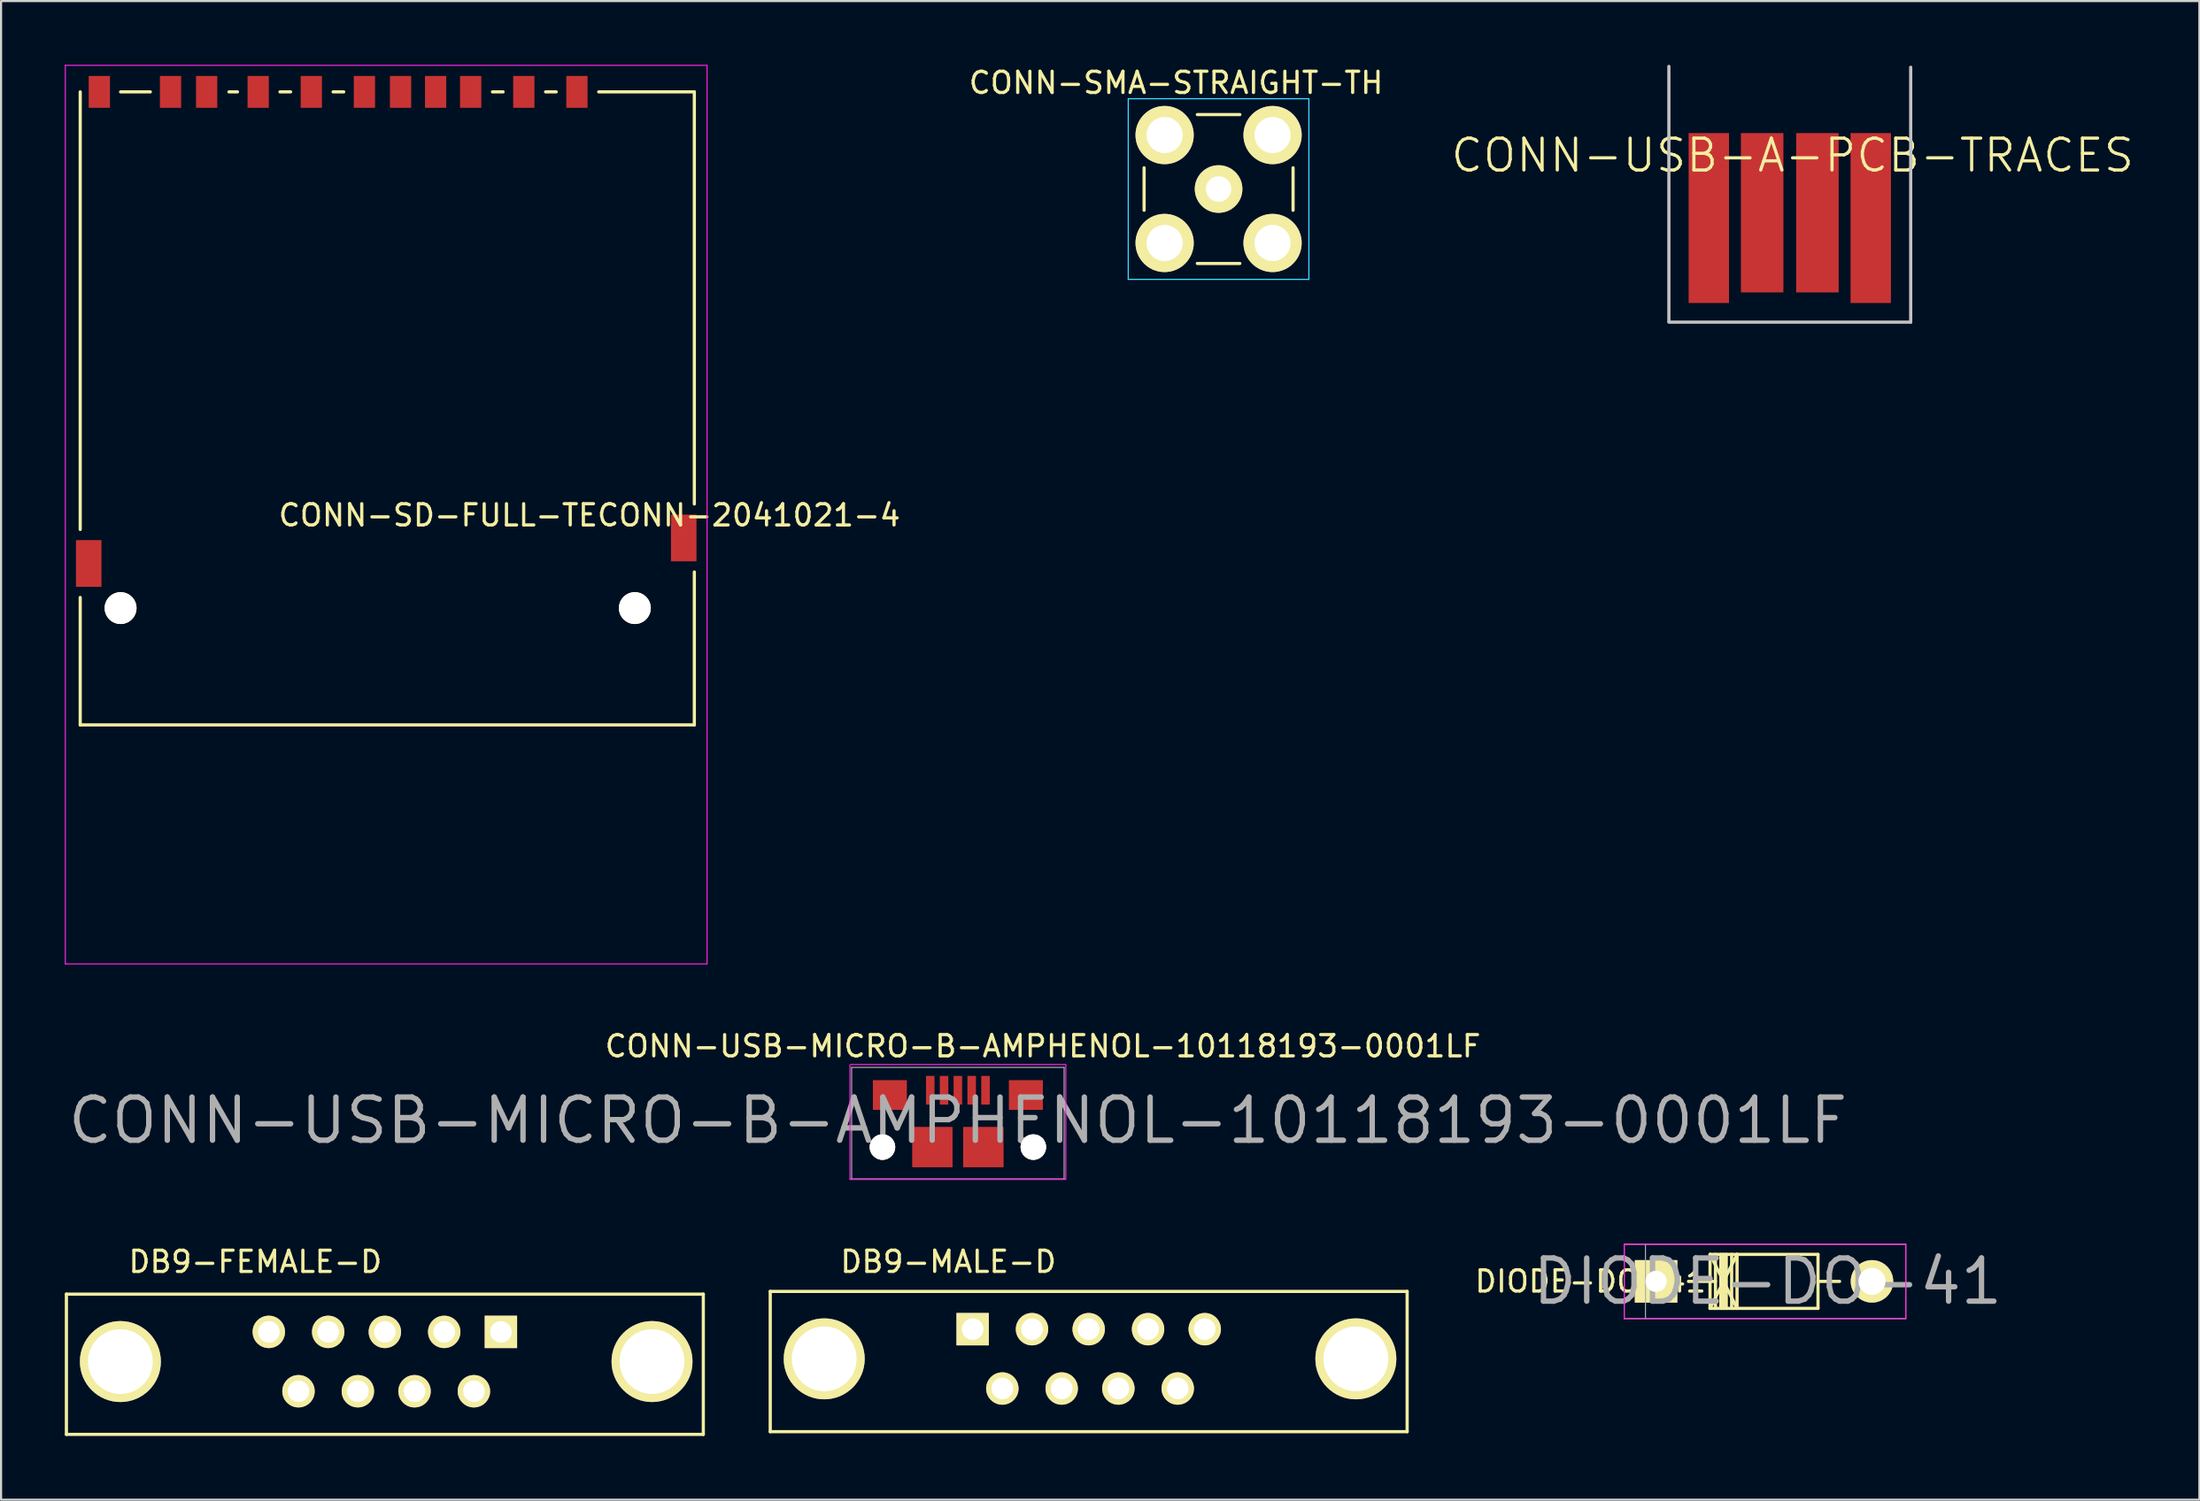
<source format=kicad_pcb>
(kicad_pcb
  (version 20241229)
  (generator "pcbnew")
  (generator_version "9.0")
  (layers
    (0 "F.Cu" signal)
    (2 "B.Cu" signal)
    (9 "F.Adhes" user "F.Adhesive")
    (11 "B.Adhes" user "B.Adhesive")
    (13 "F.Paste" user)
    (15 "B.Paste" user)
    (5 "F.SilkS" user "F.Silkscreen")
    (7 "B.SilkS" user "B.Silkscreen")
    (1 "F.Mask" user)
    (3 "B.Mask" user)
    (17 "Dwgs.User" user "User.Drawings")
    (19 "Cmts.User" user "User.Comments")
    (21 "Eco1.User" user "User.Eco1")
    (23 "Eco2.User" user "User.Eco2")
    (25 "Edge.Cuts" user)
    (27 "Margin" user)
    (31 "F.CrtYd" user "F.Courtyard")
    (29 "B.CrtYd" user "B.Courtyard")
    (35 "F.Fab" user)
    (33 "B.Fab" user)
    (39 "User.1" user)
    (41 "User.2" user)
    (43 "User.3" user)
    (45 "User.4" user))
  (footprint "DB9-MALE-D"
    (layer "F.Cu")
    (at 48.183 60.917)
    (property "Reference" "DB9-MALE-D" (at -6.604 -4.572 0) (layer "F.SilkS") (effects (font (size 1 1) (thickness 0.15))))
    (attr through_hole)
    (fp_line (start -14.986 -3.175) (end -14.986 3.429) (stroke (width 0.15) (type solid)) (layer "F.SilkS"))
    (fp_line (start -14.986 3.429) (end 14.986 3.429) (stroke (width 0.15) (type solid)) (layer "F.SilkS"))
    (fp_line (start 14.986 -3.175) (end -14.986 -3.175) (stroke (width 0.15) (type solid)) (layer "F.SilkS"))
    (fp_line (start 14.986 3.429) (end 14.986 -3.175) (stroke (width 0.15) (type solid)) (layer "F.SilkS"))
    (pad "0" thru_hole circle (at -12.446 0) (size 3.81 3.81) (drill 3.048) (layers "*.Cu" "*.Mask" "F.SilkS"))
    (pad "0" thru_hole circle (at 12.573 0) (size 3.81 3.81) (drill 3.048) (layers "*.Cu" "*.Mask" "F.SilkS"))
    (pad "1" thru_hole rect (at -5.461 -1.397) (size 1.524 1.524) (drill 1.016) (layers "*.Cu" "*.Mask" "F.SilkS"))
    (pad "2" thru_hole circle (at -2.667 -1.397) (size 1.524 1.524) (drill 1.016) (layers "*.Cu" "*.Mask" "F.SilkS"))
    (pad "3" thru_hole circle (at 0 -1.397) (size 1.524 1.524) (drill 1.016) (layers "*.Cu" "*.Mask" "F.SilkS"))
    (pad "4" thru_hole circle (at 2.794 -1.397) (size 1.524 1.524) (drill 1.016) (layers "*.Cu" "*.Mask" "F.SilkS"))
    (pad "5" thru_hole circle (at 5.461 -1.397) (size 1.524 1.524) (drill 1.016) (layers "*.Cu" "*.Mask" "F.SilkS"))
    (pad "6" thru_hole circle (at -4.064 1.397) (size 1.524 1.524) (drill 1.016) (layers "*.Cu" "*.Mask" "F.SilkS"))
    (pad "7" thru_hole circle (at -1.27 1.397) (size 1.524 1.524) (drill 1.016) (layers "*.Cu" "*.Mask" "F.SilkS"))
    (pad "8" thru_hole circle (at 1.397 1.397) (size 1.524 1.524) (drill 1.016) (layers "*.Cu" "*.Mask" "F.SilkS"))
    (pad "9" thru_hole circle (at 4.191 1.397) (size 1.524 1.524) (drill 1.016) (layers "*.Cu" "*.Mask" "F.SilkS")))
  (footprint "CONN-SMA-STRAIGHT-TH"
    (layer "F.Cu")
    (at 54.296 5.848)
    (property "Reference" "CONN-SMA-STRAIGHT-TH" (at -2 -5 0) (layer "F.SilkS") (effects (font (size 1 1) (thickness 0.15))))
    (attr through_hole)
    (fp_line (start -3.505 1) (end -3.505 -1) (stroke (width 0.15) (type solid)) (layer "F.SilkS"))
    (fp_line (start -1 -3.505) (end 1 -3.505) (stroke (width 0.15) (type solid)) (layer "F.SilkS"))
    (fp_line (start 1 3.505) (end -1 3.505) (stroke (width 0.15) (type solid)) (layer "F.SilkS"))
    (fp_line (start 3.505 -1) (end 3.505 1) (stroke (width 0.15) (type solid)) (layer "F.SilkS"))
    (fp_line (start -4.25 -4.25) (end 4.25 -4.25) (stroke (width 0.05) (type solid)) (layer "B.CrtYd"))
    (fp_line (start -4.25 4.25) (end -4.25 -4.25) (stroke (width 0.05) (type solid)) (layer "B.CrtYd"))
    (fp_line (start 4.25 -4.25) (end 4.25 4.25) (stroke (width 0.05) (type solid)) (layer "B.CrtYd"))
    (fp_line (start 4.25 4.25) (end -4.25 4.25) (stroke (width 0.05) (type solid)) (layer "B.CrtYd"))
    (fp_line (start -4.25 -4.25) (end 4.25 -4.25) (stroke (width 0.05) (type solid)) (layer "F.CrtYd"))
    (fp_line (start -4.25 4.25) (end -4.25 -4.25) (stroke (width 0.05) (type solid)) (layer "F.CrtYd"))
    (fp_line (start 4.25 -4.25) (end 4.25 4.25) (stroke (width 0.05) (type solid)) (layer "F.CrtYd"))
    (fp_line (start 4.25 4.25) (end -4.25 4.25) (stroke (width 0.05) (type solid)) (layer "F.CrtYd"))
    (pad "1" thru_hole circle (at 0 0) (size 2.24 2.24) (drill 1.2) (layers "*.Cu" "*.Mask" "F.SilkS"))
    (pad "2" thru_hole circle (at -2.54 -2.54) (size 2.74 2.74) (drill 1.7) (layers "*.Cu" "*.Mask" "F.SilkS"))
    (pad "2" thru_hole circle (at -2.54 2.54) (size 2.74 2.74) (drill 1.7) (layers "*.Cu" "*.Mask" "F.SilkS"))
    (pad "2" thru_hole circle (at 2.54 -2.54) (size 2.74 2.74) (drill 1.7) (layers "*.Cu" "*.Mask" "F.SilkS"))
    (pad "2" thru_hole circle (at 2.54 2.54) (size 2.74 2.74) (drill 1.7) (layers "*.Cu" "*.Mask" "F.SilkS")))
  (footprint "DIODE-DO-41"
    (layer "F.Cu")
    (at 74.884 57.273)
    (property "Reference" "DIODE-DO-41" (at 5.25 0 0) (layer "F.Fab") (effects (font (size 2.032 2.032) (thickness 0.254))))
    (attr through_hole)
    (fp_line (start 2.54 -1.273) (end 3.81 1.267) (stroke (width 0.15) (type solid)) (layer "F.SilkS"))
    (fp_line (start 2.54 -1.273) (end 7.62 -1.273) (stroke (width 0.15) (type solid)) (layer "F.SilkS"))
    (fp_line (start 2.54 1.267) (end 2.54 -1.273) (stroke (width 0.15) (type solid)) (layer "F.SilkS"))
    (fp_line (start 2.794 -1.273) (end 2.794 1.267) (stroke (width 0.15) (type solid)) (layer "F.SilkS"))
    (fp_line (start 2.794 -0.003) (end 1.524 -0.003) (stroke (width 0.15) (type solid)) (layer "F.SilkS"))
    (fp_line (start 3.048 -1.273) (end 3.048 1.267) (stroke (width 0.15) (type solid)) (layer "F.SilkS"))
    (fp_line (start 3.175 -1.273) (end 3.175 1.267) (stroke (width 0.15) (type solid)) (layer "F.SilkS"))
    (fp_line (start 3.302 -1.273) (end 3.302 1.267) (stroke (width 0.15) (type solid)) (layer "F.SilkS"))
    (fp_line (start 3.556 -1.273) (end 3.556 1.267) (stroke (width 0.15) (type solid)) (layer "F.SilkS"))
    (fp_line (start 3.81 -1.273) (end 2.54 1.267) (stroke (width 0.15) (type solid)) (layer "F.SilkS"))
    (fp_line (start 3.81 -1.273) (end 3.81 1.267) (stroke (width 0.15) (type solid)) (layer "F.SilkS"))
    (fp_line (start 7.62 -1.273) (end 7.62 1.267) (stroke (width 0.15) (type solid)) (layer "F.SilkS"))
    (fp_line (start 7.62 -0.003) (end 8.636 -0.003) (stroke (width 0.15) (type solid)) (layer "F.SilkS"))
    (fp_line (start 7.62 1.267) (end 2.54 1.267) (stroke (width 0.15) (type solid)) (layer "F.SilkS"))
    (fp_line (start -1.5 -1.75) (end 11.5 -1.75) (stroke (width 0.051) (type solid)) (layer "F.CrtYd"))
    (fp_line (start -1.5 1.75) (end -1.5 -1.75) (stroke (width 0.051) (type solid)) (layer "F.CrtYd"))
    (fp_line (start 11.5 -1.75) (end 11.75 -1.75) (stroke (width 0.051) (type solid)) (layer "F.CrtYd"))
    (fp_line (start 11.75 -1.75) (end 11.75 1.75) (stroke (width 0.051) (type solid)) (layer "F.CrtYd"))
    (fp_line (start 11.75 1.75) (end -1.5 1.75) (stroke (width 0.051) (type solid)) (layer "F.CrtYd"))
    (fp_line (start -1.5 -1.75) (end -1.5 -1.5) (stroke (width 0.051) (type solid)) (layer "F.Fab"))
    (fp_line (start -1.5 -1.5) (end -1.5 1.75) (stroke (width 0.051) (type solid)) (layer "F.Fab"))
    (fp_line (start -1.5 1.75) (end 11.5 1.75) (stroke (width 0.051) (type solid)) (layer "F.Fab"))
    (fp_line (start -0.5 -1.75) (end -0.5 1.75) (stroke (width 0.051) (type solid)) (layer "F.Fab"))
    (fp_line (start 11.5 1.75) (end 11.75 1.75) (stroke (width 0.051) (type solid)) (layer "F.Fab"))
    (fp_line (start 11.75 -1.75) (end -1.5 -1.75) (stroke (width 0.051) (type solid)) (layer "F.Fab"))
    (fp_line (start 11.75 1.75) (end 11.75 -1.75) (stroke (width 0.051) (type solid)) (layer "F.Fab"))
    (fp_text user "${REFERENCE}" (at -3.086 -0.003 0) (layer "F.SilkS") (effects (font (size 1 1) (thickness 0.15))))
    (pad "1" thru_hole rect (at 0 -0.003 180) (size 1.999 1.999) (drill 1.001) (layers "*.Cu" "*.Mask" "F.SilkS"))
    (pad "2" thru_hole circle (at 10.16 -0.003 180) (size 1.999 1.999) (drill 1.27) (layers "*.Cu" "*.Mask" "F.SilkS")))
  (footprint "DB9-FEMALE-D"
    (layer "F.Cu")
    (at 15.061 61.172)
    (property "Reference" "DB9-FEMALE-D" (at -6.096 -4.826 180) (layer "F.SilkS") (effects (font (size 1 1) (thickness 0.15))))
    (attr through_hole)
    (fp_line (start -14.986 -3.302) (end -14.986 3.302) (stroke (width 0.15) (type solid)) (layer "F.SilkS"))
    (fp_line (start -14.986 3.302) (end 14.986 3.302) (stroke (width 0.15) (type solid)) (layer "F.SilkS"))
    (fp_line (start 14.986 -3.302) (end -14.986 -3.302) (stroke (width 0.15) (type solid)) (layer "F.SilkS"))
    (fp_line (start 14.986 3.302) (end 14.986 -3.302) (stroke (width 0.15) (type solid)) (layer "F.SilkS"))
    (pad "0" thru_hole circle (at -12.446 -0.127) (size 3.81 3.81) (drill 3.048) (layers "*.Cu" "*.Mask" "F.SilkS"))
    (pad "0" thru_hole circle (at 12.573 -0.127) (size 3.81 3.81) (drill 3.048) (layers "*.Cu" "*.Mask" "F.SilkS"))
    (pad "1" thru_hole rect (at 5.461 -1.524) (size 1.524 1.524) (drill 1.016) (layers "*.Cu" "*.Mask" "F.SilkS"))
    (pad "2" thru_hole circle (at 2.794 -1.524) (size 1.524 1.524) (drill 1.016) (layers "*.Cu" "*.Mask" "F.SilkS"))
    (pad "3" thru_hole circle (at 0 -1.524) (size 1.524 1.524) (drill 1.016) (layers "*.Cu" "*.Mask" "F.SilkS"))
    (pad "4" thru_hole circle (at -2.667 -1.524) (size 1.524 1.524) (drill 1.016) (layers "*.Cu" "*.Mask" "F.SilkS"))
    (pad "5" thru_hole circle (at -5.461 -1.524) (size 1.524 1.524) (drill 1.016) (layers "*.Cu" "*.Mask" "F.SilkS"))
    (pad "6" thru_hole circle (at 4.191 1.27) (size 1.524 1.524) (drill 1.016) (layers "*.Cu" "*.Mask" "F.SilkS"))
    (pad "7" thru_hole circle (at 1.397 1.27) (size 1.524 1.524) (drill 1.016) (layers "*.Cu" "*.Mask" "F.SilkS"))
    (pad "8" thru_hole circle (at -1.27 1.27) (size 1.524 1.524) (drill 1.016) (layers "*.Cu" "*.Mask" "F.SilkS"))
    (pad "9" thru_hole circle (at -4.064 1.27) (size 1.524 1.524) (drill 1.016) (layers "*.Cu" "*.Mask" "F.SilkS")))
  (footprint "CONN-USB-A-PCB-TRACES"
    (layer "F.Cu")
    (at 81.176 12.115)
    (property "Reference" "CONN-USB-A-PCB-TRACES" (at 0.13 -7.85 0) (layer "F.SilkS") (effects (font (size 1.5 1.5) (thickness 0.15))))
    (attr exclude_from_pos_files exclude_from_bom)
    (fp_line (start -5.69 -0.04) (end -5.69 -12.04) (stroke (width 0.15) (type solid)) (layer "Dwgs.User"))
    (fp_line (start 5.69 0) (end -5.69 0) (stroke (width 0.15) (type solid)) (layer "Dwgs.User"))
    (fp_line (start 5.69 0) (end 5.69 -12) (stroke (width 0.15) (type solid)) (layer "Dwgs.User"))
    (pad "1" connect rect (at 3.81 -4.9) (size 1.9 8) (layers "F.Cu" "F.Mask"))
    (pad "2" connect rect (at 1.3 -5.15) (size 2 7.5) (layers "F.Cu" "F.Mask"))
    (pad "3" connect rect (at -1.3 -5.15) (size 2 7.5) (layers "F.Cu" "F.Mask"))
    (pad "4" connect rect (at -3.81 -4.9) (size 1.9 8) (layers "F.Cu" "F.Mask")))
  (footprint "CONN-USB-MICRO-B-AMPHENOL-10118193-0001LF"
    (layer "F.Cu")
    (at 42.027 50.948)
    (property "Reference" "CONN-USB-MICRO-B-AMPHENOL-10118193-0001LF" (at 0 -1.25 0) (layer "F.Fab") (effects (font (size 2.032 2.032) (thickness 0.254))))
    (attr smd)
    (fp_line (start -5.08 -3.861) (end -5.08 1.524) (stroke (width 0.05) (type solid)) (layer "F.CrtYd"))
    (fp_line (start 5.055 1.524) (end -5.08 1.524) (stroke (width 0.05) (type solid)) (layer "F.CrtYd"))
    (fp_line (start 5.08 -3.886) (end -5.055 -3.886) (stroke (width 0.05) (type solid)) (layer "F.CrtYd"))
    (fp_line (start 5.08 -3.861) (end 5.08 1.524) (stroke (width 0.05) (type solid)) (layer "F.CrtYd"))
    (fp_line (start -5 -3.75) (end 5 -3.75) (stroke (width 0.05) (type solid)) (layer "F.Fab"))
    (fp_line (start -5 1.5) (end -5 -3.75) (stroke (width 0.05) (type solid)) (layer "F.Fab"))
    (fp_line (start 5 -3.75) (end 5 1.5) (stroke (width 0.05) (type solid)) (layer "F.Fab"))
    (fp_line (start 5 1.5) (end -5 1.5) (stroke (width 0.05) (type solid)) (layer "F.Fab"))
    (fp_text user "${REFERENCE}" (at 4 -4.75 0) (layer "F.SilkS") (effects (font (size 1 1) (thickness 0.15))))
    (pad "1" smd rect (at -1.3 -2.675 90) (size 1.35 0.4) (layers "F.Cu" "F.Mask" "F.Paste"))
    (pad "2" smd rect (at -0.65 -2.675 90) (size 1.35 0.4) (layers "F.Cu" "F.Mask" "F.Paste"))
    (pad "3" smd rect (at -0.001 -2.675 90) (size 1.35 0.4) (layers "F.Cu" "F.Mask" "F.Paste"))
    (pad "4" smd rect (at 0.65 -2.675 90) (size 1.35 0.4) (layers "F.Cu" "F.Mask" "F.Paste"))
    (pad "5" smd rect (at 1.3 -2.675 90) (size 1.35 0.4) (layers "F.Cu" "F.Mask" "F.Paste"))
    (pad "6" thru_hole circle (at -3.55 0 90) (size 1.2 1.2) (drill 1.2) (layers "*.Cu" "*.Mask" "F.SilkS"))
    (pad "6" smd rect (at -3.2 -2.45 90) (size 1.4 1.6) (layers "F.Cu" "F.Mask" "F.Paste"))
    (pad "6" smd rect (at -1.2 0 90) (size 1.9 1.9) (layers "F.Cu" "F.Mask" "F.Paste"))
    (pad "6" smd rect (at 1.2 0 90) (size 1.9 1.9) (layers "F.Cu" "F.Mask" "F.Paste"))
    (pad "6" smd rect (at 3.2 -2.45 90) (size 1.4 1.6) (layers "F.Cu" "F.Mask" "F.Paste"))
    (pad "6" thru_hole circle (at 3.55 0 90) (size 1.2 1.2) (drill 1.2) (layers "*.Cu" "*.Mask" "F.SilkS")))
  (footprint "CONN-SD-FULL-TECONN-2041021-4"
    (layer "F.Cu")
    (at 14.725 1.275)
    (property "Reference" "CONN-SD-FULL-TECONN-2041021-4" (at 9.964 19.931 0) (layer "F.SilkS") (effects (font (size 1 1) (thickness 0.15))))
    (attr through_hole)
    (fp_line (start -14 20.6) (end -14 0) (stroke (width 0.15) (type solid)) (layer "F.SilkS"))
    (fp_line (start -14 29.8) (end -14 23.8) (stroke (width 0.15) (type solid)) (layer "F.SilkS"))
    (fp_line (start -12.1 0) (end -10.7 0) (stroke (width 0.15) (type solid)) (layer "F.SilkS"))
    (fp_line (start -7 0) (end -6.6 0) (stroke (width 0.15) (type solid)) (layer "F.SilkS"))
    (fp_line (start -4.6 0) (end -4.1 0) (stroke (width 0.15) (type solid)) (layer "F.SilkS"))
    (fp_line (start -2.1 0) (end -1.6 0) (stroke (width 0.15) (type solid)) (layer "F.SilkS"))
    (fp_line (start 5.4 0) (end 5.9 0) (stroke (width 0.15) (type solid)) (layer "F.SilkS"))
    (fp_line (start 7.9 0) (end 8.4 0) (stroke (width 0.15) (type solid)) (layer "F.SilkS"))
    (fp_line (start 14.9 0) (end 10.4 0) (stroke (width 0.15) (type solid)) (layer "F.SilkS"))
    (fp_line (start 14.9 19.4) (end 14.9 0) (stroke (width 0.15) (type solid)) (layer "F.SilkS"))
    (fp_line (start 14.9 29.8) (end -14 29.8) (stroke (width 0.15) (type solid)) (layer "F.SilkS"))
    (fp_line (start 14.9 29.8) (end 14.9 22.6) (stroke (width 0.15) (type solid)) (layer "F.SilkS"))
    (fp_line (start -14.7 -1.25) (end -14.7 41.05) (stroke (width 0.05) (type solid)) (layer "F.CrtYd"))
    (fp_line (start -14.7 41.05) (end 15.5 41.05) (stroke (width 0.05) (type solid)) (layer "F.CrtYd"))
    (fp_line (start 15.5 -1.25) (end -14.7 -1.25) (stroke (width 0.05) (type solid)) (layer "F.CrtYd"))
    (fp_line (start 15.5 41.05) (end 15.5 -1.25) (stroke (width 0.05) (type solid)) (layer "F.CrtYd"))
    (pad "" np_thru_hole circle (at -12.1 24.3) (size 1.5 1.5) (drill 1.5) (layers "*.Cu" "*.Mask" "F.SilkS"))
    (pad "" np_thru_hole circle (at 12.1 24.3) (size 1.5 1.5) (drill 1.5) (layers "*.Cu" "*.Mask" "F.SilkS"))
    (pad "1" smd rect (at 6.875 0) (size 1 1.5) (layers "F.Cu" "F.Mask" "F.Paste"))
    (pad "2" smd rect (at 4.375 0) (size 1 1.5) (layers "F.Cu" "F.Mask" "F.Paste"))
    (pad "3" smd rect (at 1.075 0) (size 1 1.5) (layers "F.Cu" "F.Mask" "F.Paste"))
    (pad "4" smd rect (at -0.625 0) (size 1 1.5) (layers "F.Cu" "F.Mask" "F.Paste"))
    (pad "5" smd rect (at -3.125 0) (size 1 1.5) (layers "F.Cu" "F.Mask" "F.Paste"))
    (pad "6" smd rect (at -5.625 0) (size 1 1.5) (layers "F.Cu" "F.Mask" "F.Paste"))
    (pad "7" smd rect (at -8.05 0) (size 1 1.5) (layers "F.Cu" "F.Mask" "F.Paste"))
    (pad "8" smd rect (at -9.75 0) (size 1 1.5) (layers "F.Cu" "F.Mask" "F.Paste"))
    (pad "9" smd rect (at 9.375 0) (size 1 1.5) (layers "F.Cu" "F.Mask" "F.Paste"))
    (pad "10" smd rect (at 2.725 0) (size 1 1.5) (layers "F.Cu" "F.Mask" "F.Paste"))
    (pad "11" smd rect (at -13.1 0) (size 1 1.5) (layers "F.Cu" "F.Mask" "F.Paste"))
    (pad "12" smd rect (at 14.4 21) (size 1.2 2.2) (layers "F.Cu" "F.Mask" "F.Paste"))
    (pad "13" smd rect (at -13.6 22.2) (size 1.2 2.2) (layers "F.Cu" "F.Mask" "F.Paste")))
  (gr_rect
    (start -3 -3)
    (end 100.452 67.549)
    (stroke (width 0.1) (type default))
    (fill no)
    (layer "Edge.Cuts")))
</source>
